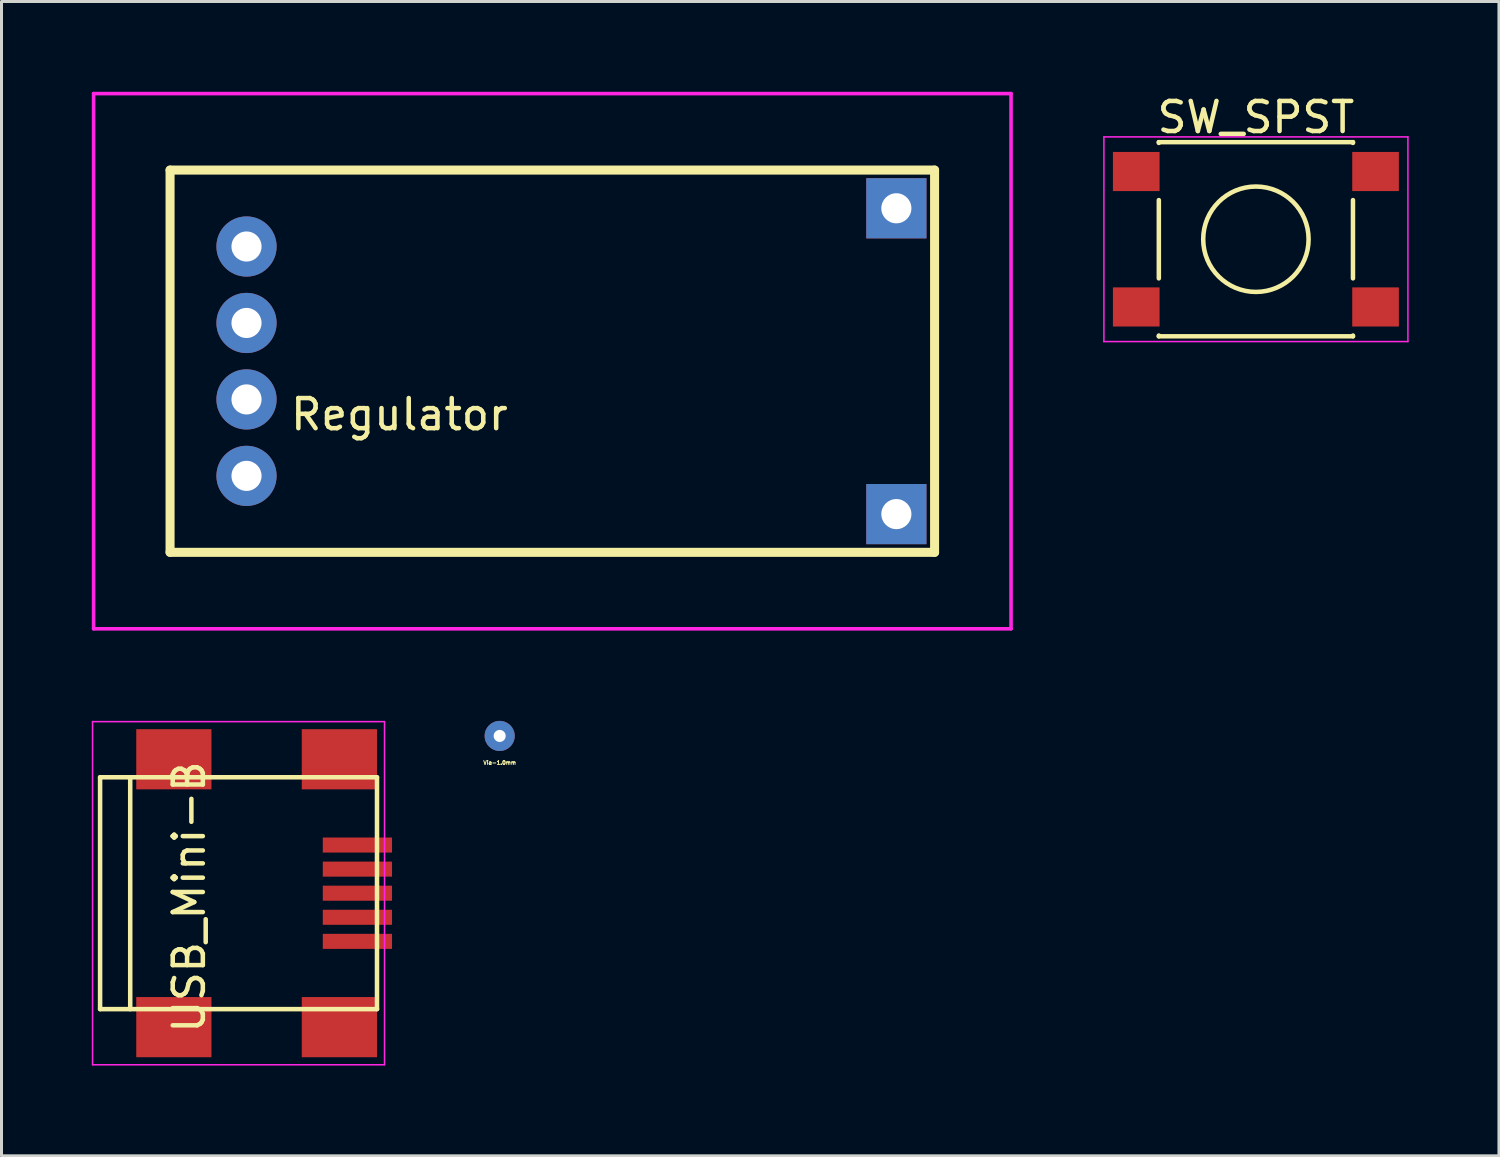
<source format=kicad_pcb>
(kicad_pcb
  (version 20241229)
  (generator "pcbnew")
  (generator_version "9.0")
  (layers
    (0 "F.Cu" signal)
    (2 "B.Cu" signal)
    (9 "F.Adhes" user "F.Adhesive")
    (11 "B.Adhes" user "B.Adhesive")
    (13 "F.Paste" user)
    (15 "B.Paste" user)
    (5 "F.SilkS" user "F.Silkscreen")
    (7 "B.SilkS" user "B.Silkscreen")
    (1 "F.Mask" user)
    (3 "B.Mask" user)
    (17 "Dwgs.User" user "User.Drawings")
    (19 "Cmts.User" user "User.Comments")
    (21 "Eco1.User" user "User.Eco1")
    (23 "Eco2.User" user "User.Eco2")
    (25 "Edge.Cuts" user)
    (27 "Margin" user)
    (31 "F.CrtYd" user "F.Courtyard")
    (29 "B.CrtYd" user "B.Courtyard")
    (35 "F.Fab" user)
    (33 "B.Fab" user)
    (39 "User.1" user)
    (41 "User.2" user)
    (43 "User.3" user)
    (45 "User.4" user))
  (footprint "Regulator"
    (layer "F.Cu")
    (at 10.22 10.22)
    (property "Reference" "Regulator" (at 0 0.5 0) (layer "F.SilkS") (effects (font (size 1 1) (thickness 0.15))))
    (attr through_hole)
    (fp_line (start -7.62 -7.62) (end -7.62 5.08) (stroke (width 0.3) (type solid)) (layer "F.SilkS"))
    (fp_line (start -7.62 5.08) (end 17.78 5.08) (stroke (width 0.3) (type solid)) (layer "F.SilkS"))
    (fp_line (start 17.78 -7.62) (end -7.62 -7.62) (stroke (width 0.3) (type solid)) (layer "F.SilkS"))
    (fp_line (start 17.78 5.08) (end 17.78 -7.62) (stroke (width 0.3) (type solid)) (layer "F.SilkS"))
    (fp_line (start -10.16 -10.16) (end 20.32 -10.16) (stroke (width 0.12) (type solid)) (layer "F.CrtYd"))
    (fp_line (start -10.16 7.62) (end -10.16 -10.16) (stroke (width 0.12) (type solid)) (layer "F.CrtYd"))
    (fp_line (start 20.32 -10.16) (end 20.32 7.62) (stroke (width 0.12) (type solid)) (layer "F.CrtYd"))
    (fp_line (start 20.32 7.62) (end -10.16 7.62) (stroke (width 0.12) (type solid)) (layer "F.CrtYd"))
    (pad "1" thru_hole circle (at -5.08 -5.08) (size 2 2) (drill 1) (layers "*.Cu" "*.Mask"))
    (pad "2" thru_hole circle (at -5.08 -2.54) (size 2 2) (drill 1) (layers "*.Cu" "*.Mask"))
    (pad "3" thru_hole circle (at -5.08 0) (size 2 2) (drill 1) (layers "*.Cu" "*.Mask"))
    (pad "4" thru_hole circle (at -5.08 2.54) (size 2 2) (drill 1) (layers "*.Cu" "*.Mask"))
    (pad "5" thru_hole rect (at 16.51 -6.35) (size 2 2) (drill 1) (layers "*.Cu" "*.Mask"))
    (pad "6" thru_hole rect (at 16.51 3.81) (size 2 2) (drill 1) (layers "*.Cu" "*.Mask")))
  (footprint "USB_Mini-B"
    (layer "F.Cu")
    (at 4.875 26.625)
    (property "Reference" "USB_Mini-B" (at -1.641 0.127 90) (layer "F.SilkS") (effects (font (size 1 1) (thickness 0.15))))
    (attr smd)
    (fp_line (start -4.6 -3.851) (end -4.6 3.851) (stroke (width 0.15) (type solid)) (layer "F.SilkS"))
    (fp_line (start -4.6 3.851) (end 4.6 3.851) (stroke (width 0.15) (type solid)) (layer "F.SilkS"))
    (fp_line (start -3.599 -3.851) (end -3.599 3.851) (stroke (width 0.15) (type solid)) (layer "F.SilkS"))
    (fp_line (start 4.6 -3.851) (end -4.6 -3.851) (stroke (width 0.15) (type solid)) (layer "F.SilkS"))
    (fp_line (start 4.6 3.851) (end 4.6 -3.851) (stroke (width 0.15) (type solid)) (layer "F.SilkS"))
    (fp_line (start -4.85 -5.7) (end 4.85 -5.7) (stroke (width 0.05) (type solid)) (layer "F.CrtYd"))
    (fp_line (start -4.85 5.7) (end -4.85 -5.7) (stroke (width 0.05) (type solid)) (layer "F.CrtYd"))
    (fp_line (start 4.85 -5.7) (end 4.85 5.7) (stroke (width 0.05) (type solid)) (layer "F.CrtYd"))
    (fp_line (start 4.85 5.7) (end -4.85 5.7) (stroke (width 0.05) (type solid)) (layer "F.CrtYd"))
    (pad "1" smd rect (at 3.949 -1.6) (size 2.301 0.5) (layers "F.Cu" "F.Mask" "F.Paste"))
    (pad "2" smd rect (at 3.949 -0.8) (size 2.301 0.5) (layers "F.Cu" "F.Mask" "F.Paste"))
    (pad "3" smd rect (at 3.949 0) (size 2.301 0.5) (layers "F.Cu" "F.Mask" "F.Paste"))
    (pad "4" smd rect (at 3.949 0.8) (size 2.301 0.5) (layers "F.Cu" "F.Mask" "F.Paste"))
    (pad "5" smd rect (at 3.949 1.6) (size 2.301 0.5) (layers "F.Cu" "F.Mask" "F.Paste"))
    (pad "6" smd rect (at -2.149 -4.45) (size 2.499 1.999) (layers "F.Cu" "F.Mask" "F.Paste"))
    (pad "6" smd rect (at -2.149 4.45) (size 2.499 1.999) (layers "F.Cu" "F.Mask" "F.Paste"))
    (pad "6" smd rect (at 3.35 -4.45) (size 2.499 1.999) (layers "F.Cu" "F.Mask" "F.Paste"))
    (pad "6" smd rect (at 3.35 4.45) (size 2.499 1.999) (layers "F.Cu" "F.Mask" "F.Paste")))
  (footprint "SW_SPST"
    (layer "F.Cu")
    (at 38.675 4.898)
    (property "Reference" "SW_SPST" (at 0 -4.05 0) (layer "F.SilkS") (effects (font (size 1 1) (thickness 0.15))))
    (attr smd)
    (fp_line (start -3.225 -3.225) (end 3.225 -3.225) (stroke (width 0.15) (type solid)) (layer "F.SilkS"))
    (fp_line (start -3.225 -3.2) (end -3.225 -3.225) (stroke (width 0.15) (type solid)) (layer "F.SilkS"))
    (fp_line (start -3.225 -1.3) (end -3.225 1.3) (stroke (width 0.15) (type solid)) (layer "F.SilkS"))
    (fp_line (start -3.225 3.225) (end -3.225 3.2) (stroke (width 0.15) (type solid)) (layer "F.SilkS"))
    (fp_line (start -3.225 3.225) (end 3.225 3.225) (stroke (width 0.15) (type solid)) (layer "F.SilkS"))
    (fp_line (start 3.225 -3.225) (end 3.225 -3.2) (stroke (width 0.15) (type solid)) (layer "F.SilkS"))
    (fp_line (start 3.225 -1.3) (end 3.225 1.3) (stroke (width 0.15) (type solid)) (layer "F.SilkS"))
    (fp_line (start 3.225 3.225) (end 3.225 3.2) (stroke (width 0.15) (type solid)) (layer "F.SilkS"))
    (fp_circle (center 0 0) (end 1.75 -0.05) (stroke (width 0.15) (type solid)) (fill no) (layer "F.SilkS"))
    (fp_line (start -5.05 -3.4) (end -5.05 3.4) (stroke (width 0.05) (type solid)) (layer "F.CrtYd"))
    (fp_line (start -5.05 -3.4) (end 5.05 -3.4) (stroke (width 0.05) (type solid)) (layer "F.CrtYd"))
    (fp_line (start -5.05 3.4) (end 5.05 3.4) (stroke (width 0.05) (type solid)) (layer "F.CrtYd"))
    (fp_line (start 5.05 3.4) (end 5.05 -3.4) (stroke (width 0.05) (type solid)) (layer "F.CrtYd"))
    (pad "1" smd rect (at -3.975 -2.25) (size 1.55 1.3) (layers "F.Cu" "F.Mask" "F.Paste"))
    (pad "1" smd rect (at 3.975 -2.25) (size 1.55 1.3) (layers "F.Cu" "F.Mask" "F.Paste"))
    (pad "2" smd rect (at -3.975 2.25) (size 1.55 1.3) (layers "F.Cu" "F.Mask" "F.Paste"))
    (pad "2" smd rect (at 3.975 2.25) (size 1.55 1.3) (layers "F.Cu" "F.Mask" "F.Paste")))
  (footprint "Via-1.0mm"
    (layer "F.Cu")
    (at 13.551 21.4)
    (property "Reference" "Via-1.0mm" (at 0 0.889 0) (layer "F.SilkS") (effects (font (size 0.127 0.127) (thickness 0.032))))
    (attr through_hole)
    (pad "" thru_hole circle (at 0 0) (size 1 1) (drill 0.4) (layers "*.Cu")))
  (gr_rect
    (start -3 -3)
    (end 46.75 35.35)
    (stroke (width 0.1) (type default))
    (fill no)
    (layer "Edge.Cuts")))
</source>
